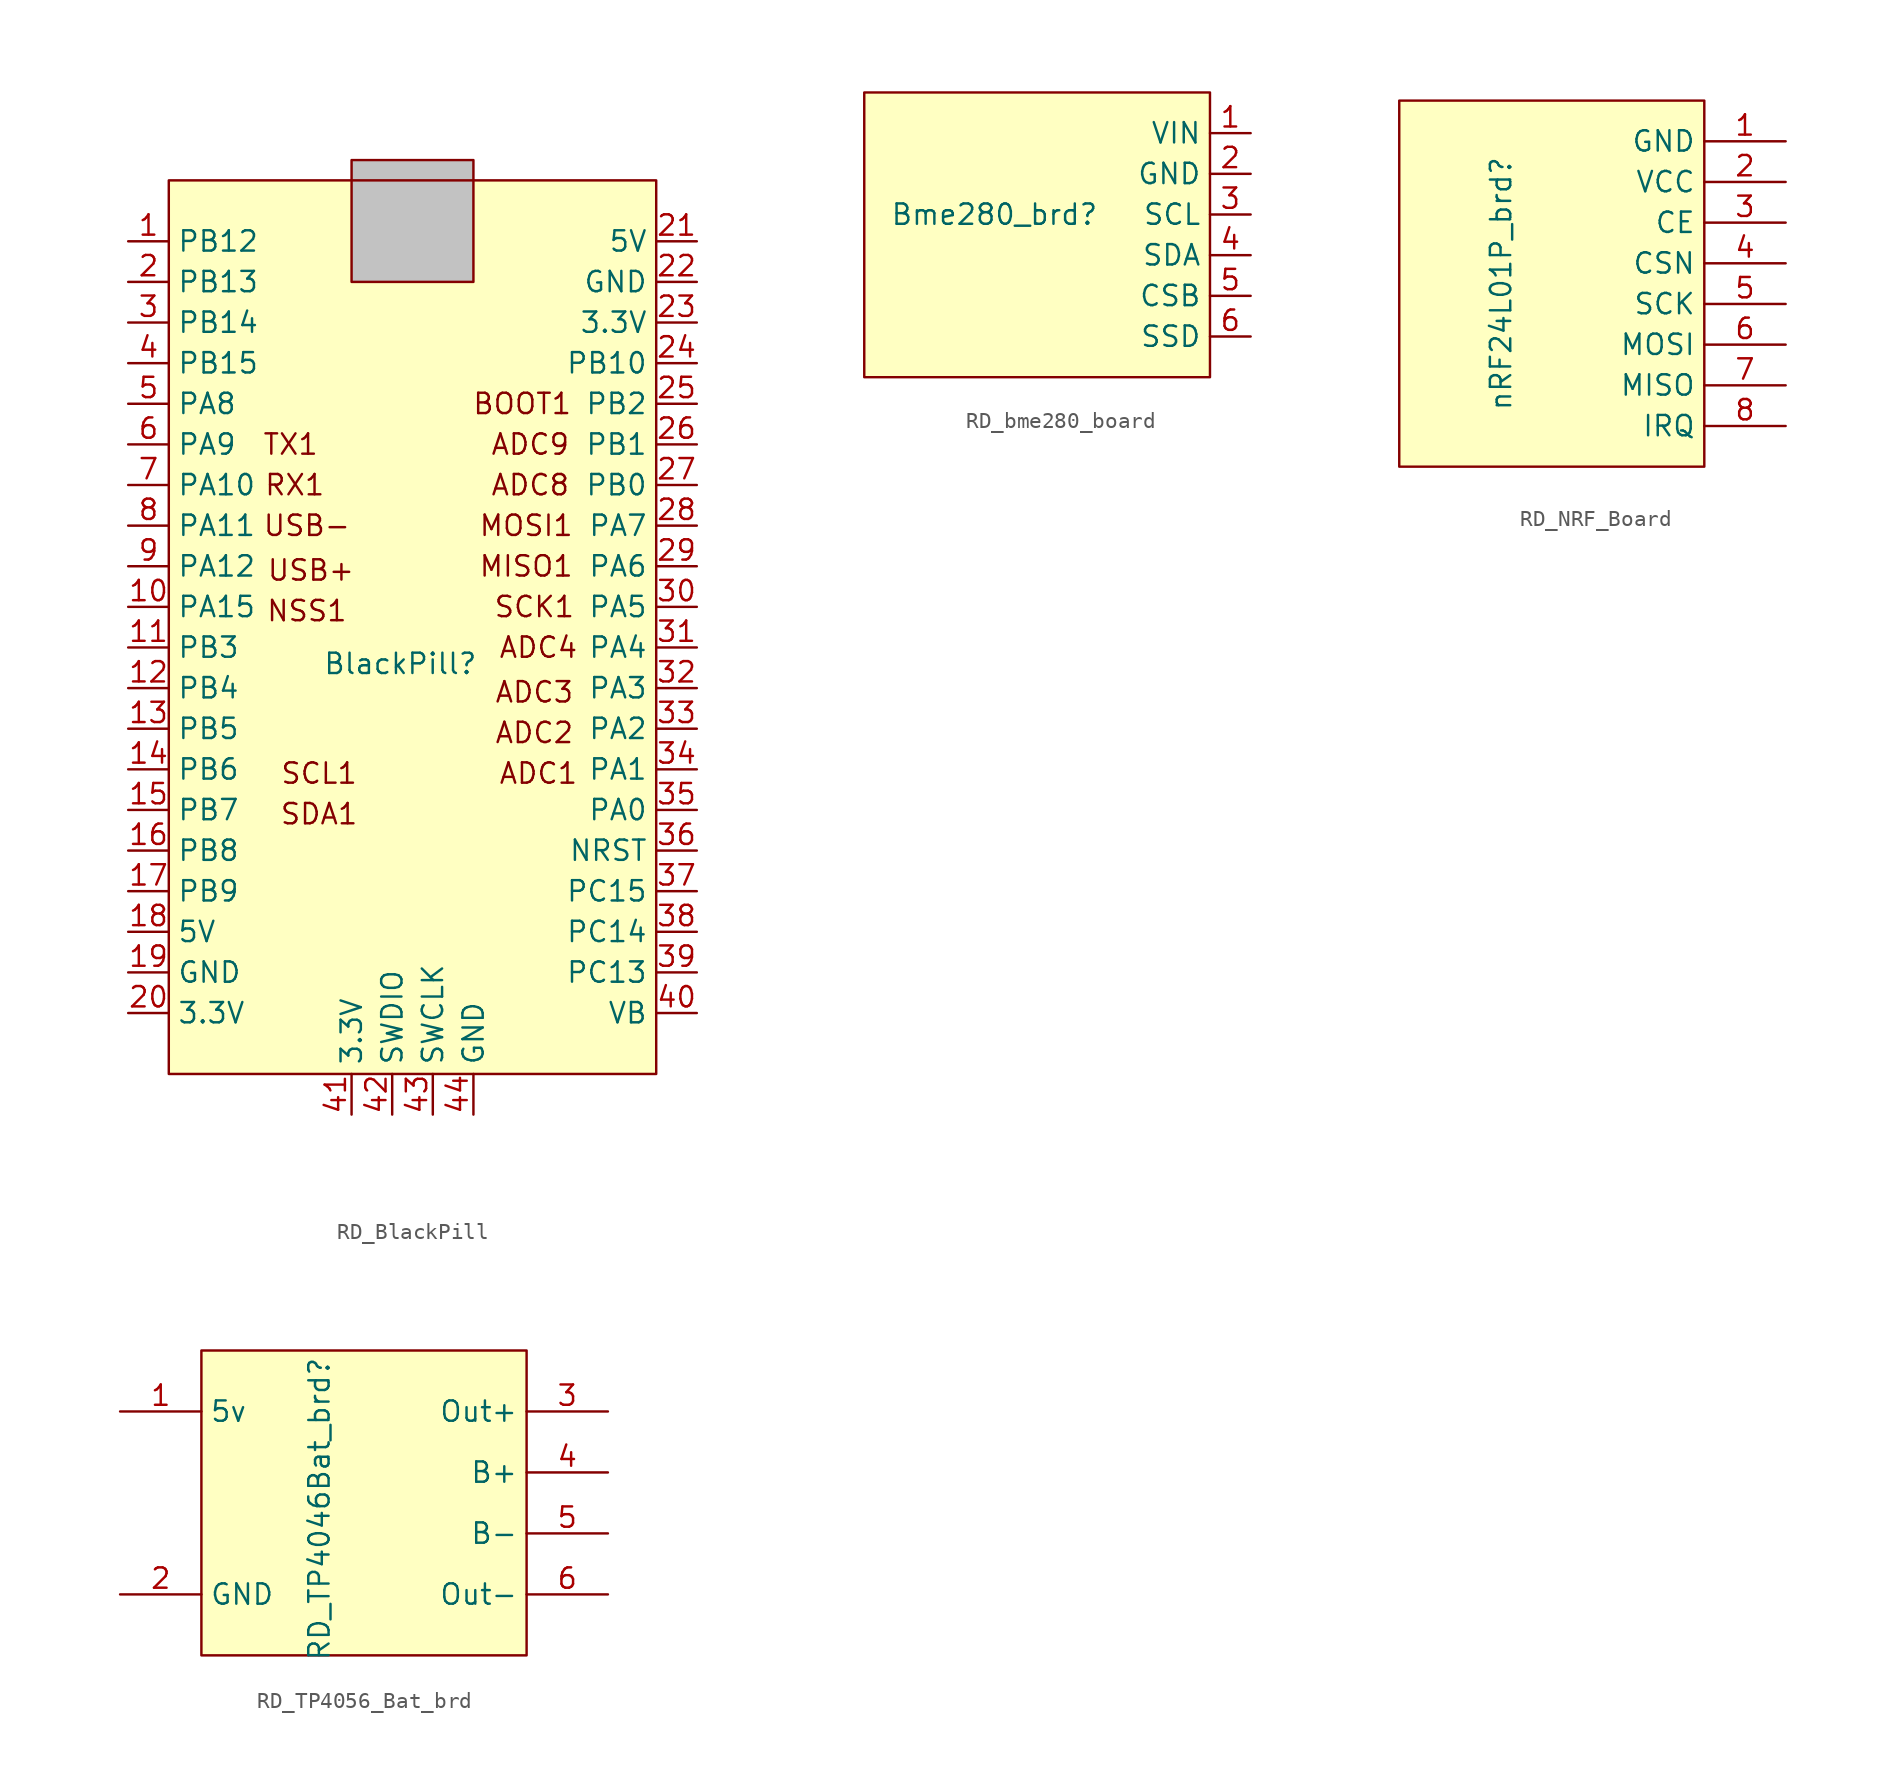
<source format=kicad_sym>
(kicad_symbol_lib
  (version 20241209)
  (generator "kicad_symbol_editor")
  (generator_version "9.0")
  (symbol "RD_BlackPill"
    (property "Reference" "BlackPill"
      (at -0.762 -3.556 0)
      (effects (font (size 1.27 1.27))))
    (property "Value" ""
      (at 0 0 0)
      (effects (font (size 1.27 1.27))))
    (symbol "RD_BlackPill_1_1"
      (rectangle (start -15.24 26.67) (end 15.24 -29.21) (stroke (width 0) (type solid)) (fill (type background)))
      (rectangle (start -3.81 27.94) (end 3.81 20.32) (stroke (width 0) (type solid)) (fill (type color) (color 194 194 194 1)))
      (text "TX1" (at -7.62 10.16 0) (effects (font (size 1.27 1.27))))
      (text "RX1" (at -7.366 7.62 0) (effects (font (size 1.27 1.27))))
      (text "USB-" (at -6.604 5.08 0) (effects (font (size 1.27 1.27))))
      (text "NSS1" (at -6.604 -0.254 0) (effects (font (size 1.27 1.27))))
      (text "USB+" (at -6.35 2.286 0) (effects (font (size 1.27 1.27))))
      (text "SCL1" (at -5.842 -10.414 0) (effects (font (size 1.27 1.27))))
      (text "SDA1" (at -5.842 -12.954 0) (effects (font (size 1.27 1.27))))
      (text "BOOT1" (at 6.858 12.7 0) (effects (font (size 1.27 1.27))))
      (text "MOSI1" (at 7.112 5.08 0) (effects (font (size 1.27 1.27))))
      (text "MISO1" (at 7.112 2.54 0) (effects (font (size 1.27 1.27))))
      (text "ADC9" (at 7.366 10.16 0) (effects (font (size 1.27 1.27))))
      (text "ADC8" (at 7.366 7.62 0) (effects (font (size 1.27 1.27))))
      (text "SCK1" (at 7.62 0 0) (effects (font (size 1.27 1.27))))
      (text "ADC3" (at 7.62 -5.334 0) (effects (font (size 1.27 1.27))))
      (text "ADC2" (at 7.62 -7.874 0) (effects (font (size 1.27 1.27))))
      (text "ADC4" (at 7.874 -2.54 0) (effects (font (size 1.27 1.27))))
      (text "ADC1" (at 7.874 -10.414 0) (effects (font (size 1.27 1.27))))
      (pin bidirectional line (at -17.78 22.86 0) (length 2.54) (name "PB12" (effects (font (size 1.27 1.27)))) (number "1" (effects (font (size 1.27 1.27)))))
      (pin bidirectional line (at -17.78 20.32 0) (length 2.54) (name "PB13" (effects (font (size 1.27 1.27)))) (number "2" (effects (font (size 1.27 1.27)))))
      (pin bidirectional line (at -17.78 17.78 0) (length 2.54) (name "PB14" (effects (font (size 1.27 1.27)))) (number "3" (effects (font (size 1.27 1.27)))))
      (pin bidirectional line (at -17.78 15.24 0) (length 2.54) (name "PB15" (effects (font (size 1.27 1.27)))) (number "4" (effects (font (size 1.27 1.27)))))
      (pin bidirectional line (at -17.78 12.7 0) (length 2.54) (name "PA8" (effects (font (size 1.27 1.27)))) (number "5" (effects (font (size 1.27 1.27)))))
      (pin bidirectional line (at -17.78 10.16 0) (length 2.54) (name "PA9" (effects (font (size 1.27 1.27)))) (number "6" (effects (font (size 1.27 1.27)))))
      (pin bidirectional line (at -17.78 7.62 0) (length 2.54) (name "PA10" (effects (font (size 1.27 1.27)))) (number "7" (effects (font (size 1.27 1.27)))))
      (pin bidirectional line (at -17.78 5.08 0) (length 2.54) (name "PA11" (effects (font (size 1.27 1.27)))) (number "8" (effects (font (size 1.27 1.27)))))
      (pin bidirectional line (at -17.78 2.54 0) (length 2.54) (name "PA12" (effects (font (size 1.27 1.27)))) (number "9" (effects (font (size 1.27 1.27)))))
      (pin bidirectional line (at -17.78 0 0) (length 2.54) (name "PA15" (effects (font (size 1.27 1.27)))) (number "10" (effects (font (size 1.27 1.27)))))
      (pin bidirectional line (at -17.78 -2.54 0) (length 2.54) (name "PB3" (effects (font (size 1.27 1.27)))) (number "11" (effects (font (size 1.27 1.27)))))
      (pin bidirectional line (at -17.78 -5.08 0) (length 2.54) (name "PB4" (effects (font (size 1.27 1.27)))) (number "12" (effects (font (size 1.27 1.27)))))
      (pin bidirectional line (at -17.78 -7.62 0) (length 2.54) (name "PB5" (effects (font (size 1.27 1.27)))) (number "13" (effects (font (size 1.27 1.27)))))
      (pin bidirectional line (at -17.78 -10.16 0) (length 2.54) (name "PB6" (effects (font (size 1.27 1.27)))) (number "14" (effects (font (size 1.27 1.27)))))
      (pin bidirectional line (at -17.78 -12.7 0) (length 2.54) (name "PB7" (effects (font (size 1.27 1.27)))) (number "15" (effects (font (size 1.27 1.27)))))
      (pin bidirectional line (at -17.78 -15.24 0) (length 2.54) (name "PB8" (effects (font (size 1.27 1.27)))) (number "16" (effects (font (size 1.27 1.27)))))
      (pin bidirectional line (at -17.78 -17.78 0) (length 2.54) (name "PB9" (effects (font (size 1.27 1.27)))) (number "17" (effects (font (size 1.27 1.27)))))
      (pin power_in line (at -17.78 -20.32 0) (length 2.54) (name "5V" (effects (font (size 1.27 1.27)))) (number "18" (effects (font (size 1.27 1.27)))))
      (pin power_out line (at -17.78 -22.86 0) (length 2.54) (name "GND" (effects (font (size 1.27 1.27)))) (number "19" (effects (font (size 1.27 1.27)))))
      (pin power_in line (at -17.78 -25.4 0) (length 2.54) (name "3.3V" (effects (font (size 1.27 1.27)))) (number "20" (effects (font (size 1.27 1.27)))))
      (pin power_in line (at -3.81 -31.75 90) (length 2.54) (name "3.3V" (effects (font (size 1.27 1.27)))) (number "41" (effects (font (size 1.27 1.27)))))
      (pin bidirectional line (at -1.27 -31.75 90) (length 2.54) (name "SWDIO" (effects (font (size 1.27 1.27)))) (number "42" (effects (font (size 1.27 1.27)))))
      (pin bidirectional line (at 1.27 -31.75 90) (length 2.54) (name "SWCLK" (effects (font (size 1.27 1.27)))) (number "43" (effects (font (size 1.27 1.27)))))
      (pin power_out line (at 3.81 -31.75 90) (length 2.54) (name "GND" (effects (font (size 1.27 1.27)))) (number "44" (effects (font (size 1.27 1.27)))))
      (pin power_in line (at 17.78 22.86 180) (length 2.54) (name "5V" (effects (font (size 1.27 1.27)))) (number "21" (effects (font (size 1.27 1.27)))))
      (pin power_out line (at 17.78 20.32 180) (length 2.54) (name "GND" (effects (font (size 1.27 1.27)))) (number "22" (effects (font (size 1.27 1.27)))))
      (pin power_in line (at 17.78 17.78 180) (length 2.54) (name "3.3V" (effects (font (size 1.27 1.27)))) (number "23" (effects (font (size 1.27 1.27)))))
      (pin bidirectional line (at 17.78 15.24 180) (length 2.54) (name "PB10" (effects (font (size 1.27 1.27)))) (number "24" (effects (font (size 1.27 1.27)))))
      (pin bidirectional line (at 17.78 12.7 180) (length 2.54) (name "PB2" (effects (font (size 1.27 1.27)))) (number "25" (effects (font (size 1.27 1.27)))))
      (pin bidirectional line (at 17.78 10.16 180) (length 2.54) (name "PB1" (effects (font (size 1.27 1.27)))) (number "26" (effects (font (size 1.27 1.27)))))
      (pin bidirectional line (at 17.78 7.62 180) (length 2.54) (name "PB0" (effects (font (size 1.27 1.27)))) (number "27" (effects (font (size 1.27 1.27)))))
      (pin bidirectional line (at 17.78 5.08 180) (length 2.54) (name "PA7" (effects (font (size 1.27 1.27)))) (number "28" (effects (font (size 1.27 1.27)))))
      (pin bidirectional line (at 17.78 2.54 180) (length 2.54) (name "PA6" (effects (font (size 1.27 1.27)))) (number "29" (effects (font (size 1.27 1.27)))))
      (pin bidirectional line (at 17.78 0 180) (length 2.54) (name "PA5" (effects (font (size 1.27 1.27)))) (number "30" (effects (font (size 1.27 1.27)))))
      (pin bidirectional line (at 17.78 -2.54 180) (length 2.54) (name "PA4" (effects (font (size 1.27 1.27)))) (number "31" (effects (font (size 1.27 1.27)))))
      (pin bidirectional line (at 17.78 -5.08 180) (length 2.54) (name "PA3" (effects (font (size 1.27 1.27)))) (number "32" (effects (font (size 1.27 1.27)))))
      (pin bidirectional line (at 17.78 -7.62 180) (length 2.54) (name "PA2" (effects (font (size 1.27 1.27)))) (number "33" (effects (font (size 1.27 1.27)))))
      (pin bidirectional line (at 17.78 -10.16 180) (length 2.54) (name "PA1" (effects (font (size 1.27 1.27)))) (number "34" (effects (font (size 1.27 1.27)))))
      (pin bidirectional line (at 17.78 -12.7 180) (length 2.54) (name "PA0" (effects (font (size 1.27 1.27)))) (number "35" (effects (font (size 1.27 1.27)))))
      (pin bidirectional line (at 17.78 -15.24 180) (length 2.54) (name "NRST" (effects (font (size 1.27 1.27)))) (number "36" (effects (font (size 1.27 1.27)))))
      (pin bidirectional line (at 17.78 -17.78 180) (length 2.54) (name "PC15" (effects (font (size 1.27 1.27)))) (number "37" (effects (font (size 1.27 1.27)))))
      (pin bidirectional line (at 17.78 -20.32 180) (length 2.54) (name "PC14" (effects (font (size 1.27 1.27)))) (number "38" (effects (font (size 1.27 1.27)))))
      (pin bidirectional line (at 17.78 -22.86 180) (length 2.54) (name "PC13" (effects (font (size 1.27 1.27)))) (number "39" (effects (font (size 1.27 1.27)))))
      (pin bidirectional line (at 17.78 -25.4 180) (length 2.54) (name "VB" (effects (font (size 1.27 1.27)))) (number "40" (effects (font (size 1.27 1.27)))))))
  (symbol "RD_bme280_board"
    (property "Reference" "Bme280_brd"
      (at -5.842 0 0)
      (effects (font (size 1.27 1.27))))
    (property "Value" ""
      (at 0 0 0)
      (effects (font (size 1.27 1.27))))
    (symbol "RD_bme280_board_1_1"
      (rectangle (start -13.97 7.62) (end 7.62 -10.16) (stroke (width 0) (type solid)) (fill (type background)))
      (pin input line (at 10.16 5.08 180) (length 2.54) (name "VIN" (effects (font (size 1.27 1.27)))) (number "1" (effects (font (size 1.27 1.27)))))
      (pin output line (at 10.16 2.54 180) (length 2.54) (name "GND" (effects (font (size 1.27 1.27)))) (number "2" (effects (font (size 1.27 1.27)))))
      (pin bidirectional line (at 10.16 0 180) (length 2.54) (name "SCL" (effects (font (size 1.27 1.27)))) (number "3" (effects (font (size 1.27 1.27)))))
      (pin bidirectional line (at 10.16 -2.54 180) (length 2.54) (name "SDA" (effects (font (size 1.27 1.27)))) (number "4" (effects (font (size 1.27 1.27)))))
      (pin bidirectional line (at 10.16 -5.08 180) (length 2.54) (name "CSB" (effects (font (size 1.27 1.27)))) (number "5" (effects (font (size 1.27 1.27)))))
      (pin bidirectional line (at 10.16 -7.62 180) (length 2.54) (name "SSD" (effects (font (size 1.27 1.27)))) (number "6" (effects (font (size 1.27 1.27)))))))
  (symbol "RD_NRF_Board"
    (property "Reference" "nRF24L01P_brd"
      (at 0 0 90)
      (effects (font (size 1.27 1.27))))
    (property "Value" ""
      (at 0 0 0)
      (effects (font (size 1.27 1.27))))
    (symbol "RD_NRF_Board_1_1"
      (rectangle (start -6.35 11.43) (end 12.7 -11.43) (stroke (width 0) (type solid)) (fill (type background)))
      (pin power_out line (at 17.78 8.89 180) (length 5.08) (name "GND" (effects (font (size 1.27 1.27)))) (number "1" (effects (font (size 1.27 1.27)))))
      (pin power_in line (at 17.78 6.35 180) (length 5.08) (name "VCC" (effects (font (size 1.27 1.27)))) (number "2" (effects (font (size 1.27 1.27)))))
      (pin bidirectional line (at 17.78 3.81 180) (length 5.08) (name "CE" (effects (font (size 1.27 1.27)))) (number "3" (effects (font (size 1.27 1.27)))))
      (pin bidirectional line (at 17.78 1.27 180) (length 5.08) (name "CSN" (effects (font (size 1.27 1.27)))) (number "4" (effects (font (size 1.27 1.27)))))
      (pin bidirectional line (at 17.78 -1.27 180) (length 5.08) (name "SCK" (effects (font (size 1.27 1.27)))) (number "5" (effects (font (size 1.27 1.27)))))
      (pin bidirectional line (at 17.78 -3.81 180) (length 5.08) (name "MOSI" (effects (font (size 1.27 1.27)))) (number "6" (effects (font (size 1.27 1.27)))))
      (pin bidirectional line (at 17.78 -6.35 180) (length 5.08) (name "MISO" (effects (font (size 1.27 1.27)))) (number "7" (effects (font (size 1.27 1.27)))))
      (pin bidirectional line (at 17.78 -8.89 180) (length 5.08) (name "IRQ" (effects (font (size 1.27 1.27)))) (number "8" (effects (font (size 1.27 1.27)))))))
  (symbol "RD_TP4056_Bat_brd"
    (property "Reference" "RD_TP4046Bat_brd"
      (at -5.334 0.254 90)
      (effects (font (size 1.27 1.27))))
    (property "Value" ""
      (at 0 0 0)
      (effects (font (size 1.27 1.27))))
    (symbol "RD_TP4056_Bat_brd_1_1"
      (rectangle (start -12.7 10.16) (end 7.62 -8.89) (stroke (width 0) (type solid)) (fill (type background)))
      (pin input line (at -17.78 6.35 0) (length 5.08) (name "5v" (effects (font (size 1.27 1.27)))) (number "1" (effects (font (size 1.27 1.27)))))
      (pin input line (at -17.78 -5.08 0) (length 5.08) (name "GND" (effects (font (size 1.27 1.27)))) (number "2" (effects (font (size 1.27 1.27)))))
      (pin output line (at 12.7 6.35 180) (length 5.08) (name "Out+" (effects (font (size 1.27 1.27)))) (number "3" (effects (font (size 1.27 1.27)))))
      (pin bidirectional line (at 12.7 2.54 180) (length 5.08) (name "B+" (effects (font (size 1.27 1.27)))) (number "4" (effects (font (size 1.27 1.27)))))
      (pin bidirectional line (at 12.7 -1.27 180) (length 5.08) (name "B-" (effects (font (size 1.27 1.27)))) (number "5" (effects (font (size 1.27 1.27)))))
      (pin output line (at 12.7 -5.08 180) (length 5.08) (name "Out-" (effects (font (size 1.27 1.27)))) (number "6" (effects (font (size 1.27 1.27))))))))
</source>
